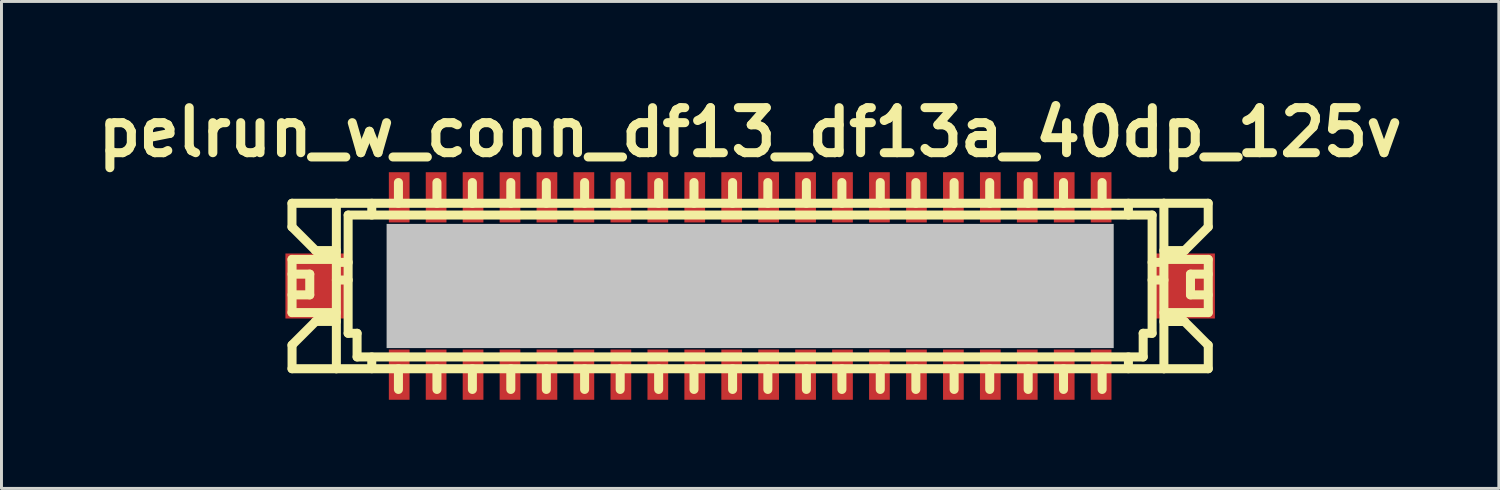
<source format=kicad_pcb>
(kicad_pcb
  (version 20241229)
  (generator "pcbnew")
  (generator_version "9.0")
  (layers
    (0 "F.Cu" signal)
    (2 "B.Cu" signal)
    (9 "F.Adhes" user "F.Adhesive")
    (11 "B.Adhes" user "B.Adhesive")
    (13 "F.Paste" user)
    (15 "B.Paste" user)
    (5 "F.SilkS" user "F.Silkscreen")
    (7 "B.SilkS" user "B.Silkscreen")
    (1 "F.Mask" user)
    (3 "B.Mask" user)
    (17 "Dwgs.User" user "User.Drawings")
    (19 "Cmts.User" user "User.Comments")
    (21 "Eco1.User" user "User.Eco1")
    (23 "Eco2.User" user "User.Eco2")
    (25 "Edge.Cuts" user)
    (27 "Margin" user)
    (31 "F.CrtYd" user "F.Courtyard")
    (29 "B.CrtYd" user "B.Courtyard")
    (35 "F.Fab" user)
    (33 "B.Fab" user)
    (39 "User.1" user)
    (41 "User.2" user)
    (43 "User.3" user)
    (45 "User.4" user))
  (footprint "pelrun_w_conn_df13_df13a_40dp_125v"
    (layer "F.Cu")
    (at 22.33 6.626)
    (property "Reference" "pelrun_w_conn_df13_df13a_40dp_125v" (at 0 -5.199 0) (layer "F.SilkS") (effects (font (size 1.524 1.524) (thickness 0.305))))
    (attr through_hole)
    (fp_line (start -15.502 -2.799) (end -15.502 -1.999) (stroke (width 0.305) (type solid)) (layer "F.SilkS"))
    (fp_line (start -15.502 -1.999) (end -14.702 -1.199) (stroke (width 0.305) (type solid)) (layer "F.SilkS"))
    (fp_line (start -15.502 -0.899) (end -14 -0.899) (stroke (width 0.305) (type solid)) (layer "F.SilkS"))
    (fp_line (start -15.502 0.899) (end -14 0.899) (stroke (width 0.305) (type solid)) (layer "F.SilkS"))
    (fp_line (start -15.502 2.799) (end -14 2.799) (stroke (width 0.305) (type solid)) (layer "F.SilkS"))
    (fp_line (start -15.499 -0.401) (end -14.9 -0.401) (stroke (width 0.305) (type solid)) (layer "F.SilkS"))
    (fp_line (start -15.499 0.899) (end -15.499 -0.899) (stroke (width 0.305) (type solid)) (layer "F.SilkS"))
    (fp_line (start -15.499 2.799) (end -15.499 1.999) (stroke (width 0.305) (type solid)) (layer "F.SilkS"))
    (fp_line (start -14.9 -0.401) (end -14.9 0.3) (stroke (width 0.305) (type solid)) (layer "F.SilkS"))
    (fp_line (start -14.9 0.3) (end -15.499 0.3) (stroke (width 0.305) (type solid)) (layer "F.SilkS"))
    (fp_line (start -14.702 -1.199) (end -14 -1.199) (stroke (width 0.305) (type solid)) (layer "F.SilkS"))
    (fp_line (start -14.702 1.199) (end -15.502 1.999) (stroke (width 0.305) (type solid)) (layer "F.SilkS"))
    (fp_line (start -14 -2.799) (end -15.502 -2.799) (stroke (width 0.305) (type solid)) (layer "F.SilkS"))
    (fp_line (start -14 -2.799) (end -14 2.799) (stroke (width 0.305) (type solid)) (layer "F.SilkS"))
    (fp_line (start -14 -0.8) (end -13.599 -0.8) (stroke (width 0.305) (type solid)) (layer "F.SilkS"))
    (fp_line (start -14 -0.201) (end -13.599 -0.201) (stroke (width 0.305) (type solid)) (layer "F.SilkS"))
    (fp_line (start -14 1.199) (end -14.702 1.199) (stroke (width 0.305) (type solid)) (layer "F.SilkS"))
    (fp_line (start -14 2.799) (end 14 2.799) (stroke (width 0.305) (type solid)) (layer "F.SilkS"))
    (fp_line (start -13.602 1.6) (end -13.602 -2.4) (stroke (width 0.305) (type solid)) (layer "F.SilkS"))
    (fp_line (start -13.599 -2.4) (end 13.599 -2.4) (stroke (width 0.305) (type solid)) (layer "F.SilkS"))
    (fp_line (start -13.299 1.6) (end -13.602 1.6) (stroke (width 0.305) (type solid)) (layer "F.SilkS"))
    (fp_line (start -13.299 2.4) (end -13.299 1.6) (stroke (width 0.305) (type solid)) (layer "F.SilkS"))
    (fp_line (start -12.802 -2.799) (end -12.802 -2.4) (stroke (width 0.305) (type solid)) (layer "F.SilkS"))
    (fp_line (start -12.802 2.4) (end -12.802 2.799) (stroke (width 0.305) (type solid)) (layer "F.SilkS"))
    (fp_line (start -12.002 -0.701) (end -12.002 -0.5) (stroke (width 0.305) (type solid)) (layer "F.SilkS"))
    (fp_line (start -12.002 -0.5) (end -11.801 -0.5) (stroke (width 0.305) (type solid)) (layer "F.SilkS"))
    (fp_line (start -12.002 0.498) (end -12.002 0.699) (stroke (width 0.305) (type solid)) (layer "F.SilkS"))
    (fp_line (start -12.002 0.699) (end -11.801 0.699) (stroke (width 0.305) (type solid)) (layer "F.SilkS"))
    (fp_line (start -11.9 -3.5) (end -11.9 -2.799) (stroke (width 0.305) (type solid)) (layer "F.SilkS"))
    (fp_line (start -11.9 2.799) (end -11.9 3.5) (stroke (width 0.305) (type solid)) (layer "F.SilkS"))
    (fp_line (start -11.801 -0.701) (end -12.002 -0.701) (stroke (width 0.305) (type solid)) (layer "F.SilkS"))
    (fp_line (start -11.801 -0.5) (end -11.801 -0.701) (stroke (width 0.305) (type solid)) (layer "F.SilkS"))
    (fp_line (start -11.801 0.498) (end -12.002 0.498) (stroke (width 0.305) (type solid)) (layer "F.SilkS"))
    (fp_line (start -11.801 0.699) (end -11.801 0.498) (stroke (width 0.305) (type solid)) (layer "F.SilkS"))
    (fp_line (start -10.698 -0.699) (end -10.5 -0.699) (stroke (width 0.305) (type solid)) (layer "F.SilkS"))
    (fp_line (start -10.698 -0.5) (end -10.698 -0.699) (stroke (width 0.305) (type solid)) (layer "F.SilkS"))
    (fp_line (start -10.698 0.5) (end -10.5 0.5) (stroke (width 0.305) (type solid)) (layer "F.SilkS"))
    (fp_line (start -10.698 0.699) (end -10.698 0.5) (stroke (width 0.305) (type solid)) (layer "F.SilkS"))
    (fp_line (start -10.597 -3.5) (end -10.597 -2.799) (stroke (width 0.305) (type solid)) (layer "F.SilkS"))
    (fp_line (start -10.597 2.799) (end -10.597 3.5) (stroke (width 0.305) (type solid)) (layer "F.SilkS"))
    (fp_line (start -10.5 -0.699) (end -10.5 -0.5) (stroke (width 0.305) (type solid)) (layer "F.SilkS"))
    (fp_line (start -10.5 -0.5) (end -10.698 -0.5) (stroke (width 0.305) (type solid)) (layer "F.SilkS"))
    (fp_line (start -10.5 0.5) (end -10.5 0.699) (stroke (width 0.305) (type solid)) (layer "F.SilkS"))
    (fp_line (start -10.5 0.699) (end -10.698 0.699) (stroke (width 0.305) (type solid)) (layer "F.SilkS"))
    (fp_line (start -9.502 -0.699) (end -9.304 -0.699) (stroke (width 0.305) (type solid)) (layer "F.SilkS"))
    (fp_line (start -9.502 -0.5) (end -9.502 -0.699) (stroke (width 0.305) (type solid)) (layer "F.SilkS"))
    (fp_line (start -9.502 0.5) (end -9.304 0.5) (stroke (width 0.305) (type solid)) (layer "F.SilkS"))
    (fp_line (start -9.502 0.699) (end -9.502 0.5) (stroke (width 0.305) (type solid)) (layer "F.SilkS"))
    (fp_line (start -9.398 -3.5) (end -9.398 -2.799) (stroke (width 0.305) (type solid)) (layer "F.SilkS"))
    (fp_line (start -9.398 2.799) (end -9.398 3.5) (stroke (width 0.305) (type solid)) (layer "F.SilkS"))
    (fp_line (start -9.304 -0.699) (end -9.304 -0.5) (stroke (width 0.305) (type solid)) (layer "F.SilkS"))
    (fp_line (start -9.304 -0.5) (end -9.502 -0.5) (stroke (width 0.305) (type solid)) (layer "F.SilkS"))
    (fp_line (start -9.304 0.5) (end -9.304 0.699) (stroke (width 0.305) (type solid)) (layer "F.SilkS"))
    (fp_line (start -9.304 0.699) (end -9.502 0.699) (stroke (width 0.305) (type solid)) (layer "F.SilkS"))
    (fp_line (start -8.199 -0.699) (end -8.001 -0.699) (stroke (width 0.305) (type solid)) (layer "F.SilkS"))
    (fp_line (start -8.199 -0.5) (end -8.199 -0.699) (stroke (width 0.305) (type solid)) (layer "F.SilkS"))
    (fp_line (start -8.199 0.5) (end -8.001 0.5) (stroke (width 0.305) (type solid)) (layer "F.SilkS"))
    (fp_line (start -8.199 0.699) (end -8.199 0.5) (stroke (width 0.305) (type solid)) (layer "F.SilkS"))
    (fp_line (start -8.098 -3.5) (end -8.098 -2.799) (stroke (width 0.305) (type solid)) (layer "F.SilkS"))
    (fp_line (start -8.098 2.799) (end -8.098 3.5) (stroke (width 0.305) (type solid)) (layer "F.SilkS"))
    (fp_line (start -8.001 -0.699) (end -8.001 -0.5) (stroke (width 0.305) (type solid)) (layer "F.SilkS"))
    (fp_line (start -8.001 -0.5) (end -8.199 -0.5) (stroke (width 0.305) (type solid)) (layer "F.SilkS"))
    (fp_line (start -8.001 0.5) (end -8.001 0.699) (stroke (width 0.305) (type solid)) (layer "F.SilkS"))
    (fp_line (start -8.001 0.699) (end -8.199 0.699) (stroke (width 0.305) (type solid)) (layer "F.SilkS"))
    (fp_line (start -6.998 -0.701) (end -6.797 -0.701) (stroke (width 0.305) (type solid)) (layer "F.SilkS"))
    (fp_line (start -6.998 -0.5) (end -6.998 -0.701) (stroke (width 0.305) (type solid)) (layer "F.SilkS"))
    (fp_line (start -6.998 0.498) (end -6.797 0.498) (stroke (width 0.305) (type solid)) (layer "F.SilkS"))
    (fp_line (start -6.998 0.699) (end -6.998 0.498) (stroke (width 0.305) (type solid)) (layer "F.SilkS"))
    (fp_line (start -6.896 -3.5) (end -6.896 -2.799) (stroke (width 0.305) (type solid)) (layer "F.SilkS"))
    (fp_line (start -6.896 2.799) (end -6.896 3.5) (stroke (width 0.305) (type solid)) (layer "F.SilkS"))
    (fp_line (start -6.797 -0.701) (end -6.797 -0.5) (stroke (width 0.305) (type solid)) (layer "F.SilkS"))
    (fp_line (start -6.797 -0.5) (end -6.998 -0.5) (stroke (width 0.305) (type solid)) (layer "F.SilkS"))
    (fp_line (start -6.797 0.498) (end -6.797 0.699) (stroke (width 0.305) (type solid)) (layer "F.SilkS"))
    (fp_line (start -6.797 0.699) (end -6.998 0.699) (stroke (width 0.305) (type solid)) (layer "F.SilkS"))
    (fp_line (start -5.702 -0.704) (end -5.702 -0.503) (stroke (width 0.305) (type solid)) (layer "F.SilkS"))
    (fp_line (start -5.702 -0.503) (end -5.502 -0.503) (stroke (width 0.305) (type solid)) (layer "F.SilkS"))
    (fp_line (start -5.702 0.495) (end -5.702 0.696) (stroke (width 0.305) (type solid)) (layer "F.SilkS"))
    (fp_line (start -5.702 0.696) (end -5.502 0.696) (stroke (width 0.305) (type solid)) (layer "F.SilkS"))
    (fp_line (start -5.601 -3.5) (end -5.601 -2.799) (stroke (width 0.305) (type solid)) (layer "F.SilkS"))
    (fp_line (start -5.601 2.799) (end -5.601 3.5) (stroke (width 0.305) (type solid)) (layer "F.SilkS"))
    (fp_line (start -5.502 -0.704) (end -5.702 -0.704) (stroke (width 0.305) (type solid)) (layer "F.SilkS"))
    (fp_line (start -5.502 -0.503) (end -5.502 -0.704) (stroke (width 0.305) (type solid)) (layer "F.SilkS"))
    (fp_line (start -5.502 0.495) (end -5.702 0.495) (stroke (width 0.305) (type solid)) (layer "F.SilkS"))
    (fp_line (start -5.502 0.696) (end -5.502 0.495) (stroke (width 0.305) (type solid)) (layer "F.SilkS"))
    (fp_line (start -4.501 -0.701) (end -4.303 -0.701) (stroke (width 0.305) (type solid)) (layer "F.SilkS"))
    (fp_line (start -4.501 -0.503) (end -4.501 -0.701) (stroke (width 0.305) (type solid)) (layer "F.SilkS"))
    (fp_line (start -4.501 0.498) (end -4.303 0.498) (stroke (width 0.305) (type solid)) (layer "F.SilkS"))
    (fp_line (start -4.501 0.696) (end -4.501 0.498) (stroke (width 0.305) (type solid)) (layer "F.SilkS"))
    (fp_line (start -4.397 -3.5) (end -4.397 -2.799) (stroke (width 0.305) (type solid)) (layer "F.SilkS"))
    (fp_line (start -4.397 2.799) (end -4.397 3.5) (stroke (width 0.305) (type solid)) (layer "F.SilkS"))
    (fp_line (start -4.303 -0.701) (end -4.303 -0.503) (stroke (width 0.305) (type solid)) (layer "F.SilkS"))
    (fp_line (start -4.303 -0.503) (end -4.501 -0.503) (stroke (width 0.305) (type solid)) (layer "F.SilkS"))
    (fp_line (start -4.303 0.498) (end -4.303 0.696) (stroke (width 0.305) (type solid)) (layer "F.SilkS"))
    (fp_line (start -4.303 0.696) (end -4.501 0.696) (stroke (width 0.305) (type solid)) (layer "F.SilkS"))
    (fp_line (start -3.203 -0.701) (end -3.005 -0.701) (stroke (width 0.305) (type solid)) (layer "F.SilkS"))
    (fp_line (start -3.203 -0.503) (end -3.203 -0.701) (stroke (width 0.305) (type solid)) (layer "F.SilkS"))
    (fp_line (start -3.203 0.498) (end -3.005 0.498) (stroke (width 0.305) (type solid)) (layer "F.SilkS"))
    (fp_line (start -3.203 0.696) (end -3.203 0.498) (stroke (width 0.305) (type solid)) (layer "F.SilkS"))
    (fp_line (start -3.096 -3.5) (end -3.096 -2.799) (stroke (width 0.305) (type solid)) (layer "F.SilkS"))
    (fp_line (start -3.096 2.799) (end -3.096 3.5) (stroke (width 0.305) (type solid)) (layer "F.SilkS"))
    (fp_line (start -3.005 -0.701) (end -3.005 -0.503) (stroke (width 0.305) (type solid)) (layer "F.SilkS"))
    (fp_line (start -3.005 -0.503) (end -3.203 -0.503) (stroke (width 0.305) (type solid)) (layer "F.SilkS"))
    (fp_line (start -3.005 0.498) (end -3.005 0.696) (stroke (width 0.305) (type solid)) (layer "F.SilkS"))
    (fp_line (start -3.005 0.696) (end -3.203 0.696) (stroke (width 0.305) (type solid)) (layer "F.SilkS"))
    (fp_line (start -2.002 -0.701) (end -1.803 -0.701) (stroke (width 0.305) (type solid)) (layer "F.SilkS"))
    (fp_line (start -2.002 -0.503) (end -2.002 -0.701) (stroke (width 0.305) (type solid)) (layer "F.SilkS"))
    (fp_line (start -2.002 0.498) (end -1.803 0.498) (stroke (width 0.305) (type solid)) (layer "F.SilkS"))
    (fp_line (start -2.002 0.696) (end -2.002 0.498) (stroke (width 0.305) (type solid)) (layer "F.SilkS"))
    (fp_line (start -1.9 -3.5) (end -1.9 -2.799) (stroke (width 0.305) (type solid)) (layer "F.SilkS"))
    (fp_line (start -1.9 2.799) (end -1.9 3.5) (stroke (width 0.305) (type solid)) (layer "F.SilkS"))
    (fp_line (start -1.803 -0.701) (end -1.803 -0.503) (stroke (width 0.305) (type solid)) (layer "F.SilkS"))
    (fp_line (start -1.803 -0.503) (end -2.002 -0.503) (stroke (width 0.305) (type solid)) (layer "F.SilkS"))
    (fp_line (start -1.803 0.498) (end -1.803 0.696) (stroke (width 0.305) (type solid)) (layer "F.SilkS"))
    (fp_line (start -1.803 0.696) (end -2.002 0.696) (stroke (width 0.305) (type solid)) (layer "F.SilkS"))
    (fp_line (start -0.699 -0.704) (end -0.498 -0.704) (stroke (width 0.305) (type solid)) (layer "F.SilkS"))
    (fp_line (start -0.699 -0.503) (end -0.699 -0.704) (stroke (width 0.305) (type solid)) (layer "F.SilkS"))
    (fp_line (start -0.699 0.495) (end -0.498 0.495) (stroke (width 0.305) (type solid)) (layer "F.SilkS"))
    (fp_line (start -0.699 0.696) (end -0.699 0.495) (stroke (width 0.305) (type solid)) (layer "F.SilkS"))
    (fp_line (start -0.594 -3.5) (end -0.594 -2.799) (stroke (width 0.305) (type solid)) (layer "F.SilkS"))
    (fp_line (start -0.594 2.799) (end -0.594 3.5) (stroke (width 0.305) (type solid)) (layer "F.SilkS"))
    (fp_line (start -0.498 -0.704) (end -0.498 -0.503) (stroke (width 0.305) (type solid)) (layer "F.SilkS"))
    (fp_line (start -0.498 -0.503) (end -0.699 -0.503) (stroke (width 0.305) (type solid)) (layer "F.SilkS"))
    (fp_line (start -0.498 0.495) (end -0.498 0.696) (stroke (width 0.305) (type solid)) (layer "F.SilkS"))
    (fp_line (start -0.498 0.696) (end -0.699 0.696) (stroke (width 0.305) (type solid)) (layer "F.SilkS"))
    (fp_line (start 0.498 -0.704) (end 0.498 -0.503) (stroke (width 0.305) (type solid)) (layer "F.SilkS"))
    (fp_line (start 0.498 -0.503) (end 0.699 -0.503) (stroke (width 0.305) (type solid)) (layer "F.SilkS"))
    (fp_line (start 0.498 0.495) (end 0.498 0.696) (stroke (width 0.305) (type solid)) (layer "F.SilkS"))
    (fp_line (start 0.498 0.696) (end 0.699 0.696) (stroke (width 0.305) (type solid)) (layer "F.SilkS"))
    (fp_line (start 0.599 -3.5) (end 0.599 -2.799) (stroke (width 0.305) (type solid)) (layer "F.SilkS"))
    (fp_line (start 0.599 2.799) (end 0.599 3.5) (stroke (width 0.305) (type solid)) (layer "F.SilkS"))
    (fp_line (start 0.699 -0.704) (end 0.498 -0.704) (stroke (width 0.305) (type solid)) (layer "F.SilkS"))
    (fp_line (start 0.699 -0.503) (end 0.699 -0.704) (stroke (width 0.305) (type solid)) (layer "F.SilkS"))
    (fp_line (start 0.699 0.495) (end 0.498 0.495) (stroke (width 0.305) (type solid)) (layer "F.SilkS"))
    (fp_line (start 0.699 0.696) (end 0.699 0.495) (stroke (width 0.305) (type solid)) (layer "F.SilkS"))
    (fp_line (start 1.798 -0.701) (end 1.996 -0.701) (stroke (width 0.305) (type solid)) (layer "F.SilkS"))
    (fp_line (start 1.798 -0.503) (end 1.798 -0.701) (stroke (width 0.305) (type solid)) (layer "F.SilkS"))
    (fp_line (start 1.798 0.498) (end 1.996 0.498) (stroke (width 0.305) (type solid)) (layer "F.SilkS"))
    (fp_line (start 1.798 0.696) (end 1.798 0.498) (stroke (width 0.305) (type solid)) (layer "F.SilkS"))
    (fp_line (start 1.902 -3.5) (end 1.902 -2.799) (stroke (width 0.305) (type solid)) (layer "F.SilkS"))
    (fp_line (start 1.902 2.799) (end 1.902 3.5) (stroke (width 0.305) (type solid)) (layer "F.SilkS"))
    (fp_line (start 1.996 -0.701) (end 1.996 -0.503) (stroke (width 0.305) (type solid)) (layer "F.SilkS"))
    (fp_line (start 1.996 -0.503) (end 1.798 -0.503) (stroke (width 0.305) (type solid)) (layer "F.SilkS"))
    (fp_line (start 1.996 0.498) (end 1.996 0.696) (stroke (width 0.305) (type solid)) (layer "F.SilkS"))
    (fp_line (start 1.996 0.696) (end 1.798 0.696) (stroke (width 0.305) (type solid)) (layer "F.SilkS"))
    (fp_line (start 2.997 -0.701) (end 3.195 -0.701) (stroke (width 0.305) (type solid)) (layer "F.SilkS"))
    (fp_line (start 2.997 -0.503) (end 2.997 -0.701) (stroke (width 0.305) (type solid)) (layer "F.SilkS"))
    (fp_line (start 2.997 0.498) (end 3.195 0.498) (stroke (width 0.305) (type solid)) (layer "F.SilkS"))
    (fp_line (start 2.997 0.696) (end 2.997 0.498) (stroke (width 0.305) (type solid)) (layer "F.SilkS"))
    (fp_line (start 3.104 -3.5) (end 3.104 -2.799) (stroke (width 0.305) (type solid)) (layer "F.SilkS"))
    (fp_line (start 3.104 2.799) (end 3.104 3.5) (stroke (width 0.305) (type solid)) (layer "F.SilkS"))
    (fp_line (start 3.195 -0.701) (end 3.195 -0.503) (stroke (width 0.305) (type solid)) (layer "F.SilkS"))
    (fp_line (start 3.195 -0.503) (end 2.997 -0.503) (stroke (width 0.305) (type solid)) (layer "F.SilkS"))
    (fp_line (start 3.195 0.498) (end 3.195 0.696) (stroke (width 0.305) (type solid)) (layer "F.SilkS"))
    (fp_line (start 3.195 0.696) (end 2.997 0.696) (stroke (width 0.305) (type solid)) (layer "F.SilkS"))
    (fp_line (start 4.295 -0.701) (end 4.493 -0.701) (stroke (width 0.305) (type solid)) (layer "F.SilkS"))
    (fp_line (start 4.295 -0.503) (end 4.295 -0.701) (stroke (width 0.305) (type solid)) (layer "F.SilkS"))
    (fp_line (start 4.295 0.498) (end 4.493 0.498) (stroke (width 0.305) (type solid)) (layer "F.SilkS"))
    (fp_line (start 4.295 0.696) (end 4.295 0.498) (stroke (width 0.305) (type solid)) (layer "F.SilkS"))
    (fp_line (start 4.402 -3.5) (end 4.402 -2.799) (stroke (width 0.305) (type solid)) (layer "F.SilkS"))
    (fp_line (start 4.402 2.799) (end 4.402 3.5) (stroke (width 0.305) (type solid)) (layer "F.SilkS"))
    (fp_line (start 4.493 -0.701) (end 4.493 -0.503) (stroke (width 0.305) (type solid)) (layer "F.SilkS"))
    (fp_line (start 4.493 -0.503) (end 4.295 -0.503) (stroke (width 0.305) (type solid)) (layer "F.SilkS"))
    (fp_line (start 4.493 0.498) (end 4.493 0.696) (stroke (width 0.305) (type solid)) (layer "F.SilkS"))
    (fp_line (start 4.493 0.696) (end 4.295 0.696) (stroke (width 0.305) (type solid)) (layer "F.SilkS"))
    (fp_line (start 5.499 -0.704) (end 5.7 -0.704) (stroke (width 0.305) (type solid)) (layer "F.SilkS"))
    (fp_line (start 5.499 -0.503) (end 5.499 -0.704) (stroke (width 0.305) (type solid)) (layer "F.SilkS"))
    (fp_line (start 5.499 0.495) (end 5.7 0.495) (stroke (width 0.305) (type solid)) (layer "F.SilkS"))
    (fp_line (start 5.499 0.696) (end 5.499 0.495) (stroke (width 0.305) (type solid)) (layer "F.SilkS"))
    (fp_line (start 5.606 -3.5) (end 5.606 -2.799) (stroke (width 0.305) (type solid)) (layer "F.SilkS"))
    (fp_line (start 5.606 2.799) (end 5.606 3.5) (stroke (width 0.305) (type solid)) (layer "F.SilkS"))
    (fp_line (start 5.7 -0.704) (end 5.7 -0.503) (stroke (width 0.305) (type solid)) (layer "F.SilkS"))
    (fp_line (start 5.7 -0.503) (end 5.499 -0.503) (stroke (width 0.305) (type solid)) (layer "F.SilkS"))
    (fp_line (start 5.7 0.495) (end 5.7 0.696) (stroke (width 0.305) (type solid)) (layer "F.SilkS"))
    (fp_line (start 5.7 0.696) (end 5.499 0.696) (stroke (width 0.305) (type solid)) (layer "F.SilkS"))
    (fp_line (start 6.797 -0.704) (end 6.797 -0.503) (stroke (width 0.305) (type solid)) (layer "F.SilkS"))
    (fp_line (start 6.797 -0.503) (end 6.998 -0.503) (stroke (width 0.305) (type solid)) (layer "F.SilkS"))
    (fp_line (start 6.797 0.495) (end 6.797 0.696) (stroke (width 0.305) (type solid)) (layer "F.SilkS"))
    (fp_line (start 6.797 0.696) (end 6.998 0.696) (stroke (width 0.305) (type solid)) (layer "F.SilkS"))
    (fp_line (start 6.901 -3.5) (end 6.901 -2.799) (stroke (width 0.305) (type solid)) (layer "F.SilkS"))
    (fp_line (start 6.901 2.799) (end 6.901 3.5) (stroke (width 0.305) (type solid)) (layer "F.SilkS"))
    (fp_line (start 6.998 -0.704) (end 6.797 -0.704) (stroke (width 0.305) (type solid)) (layer "F.SilkS"))
    (fp_line (start 6.998 -0.503) (end 6.998 -0.704) (stroke (width 0.305) (type solid)) (layer "F.SilkS"))
    (fp_line (start 6.998 0.495) (end 6.797 0.495) (stroke (width 0.305) (type solid)) (layer "F.SilkS"))
    (fp_line (start 6.998 0.696) (end 6.998 0.495) (stroke (width 0.305) (type solid)) (layer "F.SilkS"))
    (fp_line (start 7.998 -0.701) (end 8.197 -0.701) (stroke (width 0.305) (type solid)) (layer "F.SilkS"))
    (fp_line (start 7.998 -0.503) (end 7.998 -0.701) (stroke (width 0.305) (type solid)) (layer "F.SilkS"))
    (fp_line (start 7.998 0.498) (end 8.197 0.498) (stroke (width 0.305) (type solid)) (layer "F.SilkS"))
    (fp_line (start 7.998 0.696) (end 7.998 0.498) (stroke (width 0.305) (type solid)) (layer "F.SilkS"))
    (fp_line (start 8.105 -3.5) (end 8.105 -2.799) (stroke (width 0.305) (type solid)) (layer "F.SilkS"))
    (fp_line (start 8.105 2.799) (end 8.105 3.5) (stroke (width 0.305) (type solid)) (layer "F.SilkS"))
    (fp_line (start 8.197 -0.701) (end 8.197 -0.503) (stroke (width 0.305) (type solid)) (layer "F.SilkS"))
    (fp_line (start 8.197 -0.503) (end 7.998 -0.503) (stroke (width 0.305) (type solid)) (layer "F.SilkS"))
    (fp_line (start 8.197 0.498) (end 8.197 0.696) (stroke (width 0.305) (type solid)) (layer "F.SilkS"))
    (fp_line (start 8.197 0.696) (end 7.998 0.696) (stroke (width 0.305) (type solid)) (layer "F.SilkS"))
    (fp_line (start 9.296 -0.701) (end 9.495 -0.701) (stroke (width 0.305) (type solid)) (layer "F.SilkS"))
    (fp_line (start 9.296 -0.503) (end 9.296 -0.701) (stroke (width 0.305) (type solid)) (layer "F.SilkS"))
    (fp_line (start 9.296 0.498) (end 9.495 0.498) (stroke (width 0.305) (type solid)) (layer "F.SilkS"))
    (fp_line (start 9.296 0.696) (end 9.296 0.498) (stroke (width 0.305) (type solid)) (layer "F.SilkS"))
    (fp_line (start 9.406 -3.5) (end 9.406 -2.799) (stroke (width 0.305) (type solid)) (layer "F.SilkS"))
    (fp_line (start 9.406 2.799) (end 9.406 3.5) (stroke (width 0.305) (type solid)) (layer "F.SilkS"))
    (fp_line (start 9.495 -0.701) (end 9.495 -0.503) (stroke (width 0.305) (type solid)) (layer "F.SilkS"))
    (fp_line (start 9.495 -0.503) (end 9.296 -0.503) (stroke (width 0.305) (type solid)) (layer "F.SilkS"))
    (fp_line (start 9.495 0.498) (end 9.495 0.696) (stroke (width 0.305) (type solid)) (layer "F.SilkS"))
    (fp_line (start 9.495 0.696) (end 9.296 0.696) (stroke (width 0.305) (type solid)) (layer "F.SilkS"))
    (fp_line (start 10.493 -0.701) (end 10.691 -0.701) (stroke (width 0.305) (type solid)) (layer "F.SilkS"))
    (fp_line (start 10.493 -0.503) (end 10.493 -0.701) (stroke (width 0.305) (type solid)) (layer "F.SilkS"))
    (fp_line (start 10.493 0.498) (end 10.691 0.498) (stroke (width 0.305) (type solid)) (layer "F.SilkS"))
    (fp_line (start 10.493 0.696) (end 10.493 0.498) (stroke (width 0.305) (type solid)) (layer "F.SilkS"))
    (fp_line (start 10.602 -3.5) (end 10.602 -2.799) (stroke (width 0.305) (type solid)) (layer "F.SilkS"))
    (fp_line (start 10.602 2.799) (end 10.602 3.5) (stroke (width 0.305) (type solid)) (layer "F.SilkS"))
    (fp_line (start 10.691 -0.701) (end 10.691 -0.503) (stroke (width 0.305) (type solid)) (layer "F.SilkS"))
    (fp_line (start 10.691 -0.503) (end 10.493 -0.503) (stroke (width 0.305) (type solid)) (layer "F.SilkS"))
    (fp_line (start 10.691 0.498) (end 10.691 0.696) (stroke (width 0.305) (type solid)) (layer "F.SilkS"))
    (fp_line (start 10.691 0.696) (end 10.493 0.696) (stroke (width 0.305) (type solid)) (layer "F.SilkS"))
    (fp_line (start 11.798 -0.704) (end 11.999 -0.704) (stroke (width 0.305) (type solid)) (layer "F.SilkS"))
    (fp_line (start 11.798 -0.503) (end 11.798 -0.704) (stroke (width 0.305) (type solid)) (layer "F.SilkS"))
    (fp_line (start 11.798 0.495) (end 11.999 0.495) (stroke (width 0.305) (type solid)) (layer "F.SilkS"))
    (fp_line (start 11.798 0.696) (end 11.798 0.495) (stroke (width 0.305) (type solid)) (layer "F.SilkS"))
    (fp_line (start 11.908 -3.5) (end 11.908 -2.799) (stroke (width 0.305) (type solid)) (layer "F.SilkS"))
    (fp_line (start 11.908 2.799) (end 11.908 3.5) (stroke (width 0.305) (type solid)) (layer "F.SilkS"))
    (fp_line (start 11.999 -0.704) (end 11.999 -0.503) (stroke (width 0.305) (type solid)) (layer "F.SilkS"))
    (fp_line (start 11.999 -0.503) (end 11.798 -0.503) (stroke (width 0.305) (type solid)) (layer "F.SilkS"))
    (fp_line (start 11.999 0.495) (end 11.999 0.696) (stroke (width 0.305) (type solid)) (layer "F.SilkS"))
    (fp_line (start 11.999 0.696) (end 11.798 0.696) (stroke (width 0.305) (type solid)) (layer "F.SilkS"))
    (fp_line (start 12.797 -2.799) (end 12.797 -2.4) (stroke (width 0.305) (type solid)) (layer "F.SilkS"))
    (fp_line (start 12.797 2.4) (end 12.797 2.799) (stroke (width 0.305) (type solid)) (layer "F.SilkS"))
    (fp_line (start 13.297 1.6) (end 13.297 2.4) (stroke (width 0.305) (type solid)) (layer "F.SilkS"))
    (fp_line (start 13.299 2.4) (end -13.299 2.4) (stroke (width 0.305) (type solid)) (layer "F.SilkS"))
    (fp_line (start 13.599 -2.4) (end 13.599 1.6) (stroke (width 0.305) (type solid)) (layer "F.SilkS"))
    (fp_line (start 13.599 -0.201) (end 14 -0.201) (stroke (width 0.305) (type solid)) (layer "F.SilkS"))
    (fp_line (start 13.599 1.6) (end 13.297 1.6) (stroke (width 0.305) (type solid)) (layer "F.SilkS"))
    (fp_line (start 13.995 -1.199) (end 14.696 -1.199) (stroke (width 0.305) (type solid)) (layer "F.SilkS"))
    (fp_line (start 13.995 1.201) (end 14.696 1.201) (stroke (width 0.305) (type solid)) (layer "F.SilkS"))
    (fp_line (start 13.998 2.799) (end 13.998 -2.799) (stroke (width 0.305) (type solid)) (layer "F.SilkS"))
    (fp_line (start 13.998 2.799) (end 15.499 2.799) (stroke (width 0.305) (type solid)) (layer "F.SilkS"))
    (fp_line (start 14 -2.799) (end -14 -2.799) (stroke (width 0.305) (type solid)) (layer "F.SilkS"))
    (fp_line (start 14 -0.8) (end 13.599 -0.8) (stroke (width 0.305) (type solid)) (layer "F.SilkS"))
    (fp_line (start 14.694 1.201) (end 15.494 2.002) (stroke (width 0.305) (type solid)) (layer "F.SilkS"))
    (fp_line (start 14.699 -1.199) (end 15.499 -1.999) (stroke (width 0.305) (type solid)) (layer "F.SilkS"))
    (fp_line (start 14.897 -0.401) (end 14.897 0.3) (stroke (width 0.305) (type solid)) (layer "F.SilkS"))
    (fp_line (start 14.9 -0.401) (end 15.499 -0.401) (stroke (width 0.305) (type solid)) (layer "F.SilkS"))
    (fp_line (start 14.9 0.3) (end 15.499 0.3) (stroke (width 0.305) (type solid)) (layer "F.SilkS"))
    (fp_line (start 15.497 -2.799) (end 13.995 -2.799) (stroke (width 0.305) (type solid)) (layer "F.SilkS"))
    (fp_line (start 15.497 -2.799) (end 15.497 -1.999) (stroke (width 0.305) (type solid)) (layer "F.SilkS"))
    (fp_line (start 15.497 -0.899) (end 13.998 -0.899) (stroke (width 0.305) (type solid)) (layer "F.SilkS"))
    (fp_line (start 15.497 0.899) (end 13.998 0.899) (stroke (width 0.305) (type solid)) (layer "F.SilkS"))
    (fp_line (start 15.499 -0.899) (end 15.499 0.899) (stroke (width 0.305) (type solid)) (layer "F.SilkS"))
    (fp_line (start 15.499 2.799) (end 15.499 1.999) (stroke (width 0.305) (type solid)) (layer "F.SilkS"))
    (pad "" smd rect (at -14.724 0) (size 1.999 2.2) (layers "F.Cu" "F.Mask" "F.Paste"))
    (pad "" smd rect (at 0 0) (size 24.6 4.201) (layers "Dwgs.User"))
    (pad "" smd rect (at 14.724 0) (size 1.999 2.2) (layers "F.Cu" "F.Mask" "F.Paste"))
    (pad "1" smd rect (at -11.874 -3) (size 0.701 1.699) (layers "F.Cu" "F.Mask" "F.Paste"))
    (pad "2" smd rect (at -11.874 3) (size 0.701 1.699) (layers "F.Cu" "F.Mask" "F.Paste"))
    (pad "3" smd rect (at -10.625 -3) (size 0.701 1.699) (layers "F.Cu" "F.Mask" "F.Paste"))
    (pad "4" smd rect (at -10.625 3) (size 0.701 1.699) (layers "F.Cu" "F.Mask" "F.Paste"))
    (pad "5" smd rect (at -9.375 -3) (size 0.701 1.699) (layers "F.Cu" "F.Mask" "F.Paste"))
    (pad "6" smd rect (at -9.375 3) (size 0.701 1.699) (layers "F.Cu" "F.Mask" "F.Paste"))
    (pad "7" smd rect (at -8.125 -3) (size 0.701 1.699) (layers "F.Cu" "F.Mask" "F.Paste"))
    (pad "8" smd rect (at -8.125 3) (size 0.701 1.699) (layers "F.Cu" "F.Mask" "F.Paste"))
    (pad "9" smd rect (at -6.876 -3) (size 0.701 1.699) (layers "F.Cu" "F.Mask" "F.Paste"))
    (pad "10" smd rect (at -6.876 3) (size 0.701 1.699) (layers "F.Cu" "F.Mask" "F.Paste"))
    (pad "11" smd rect (at -5.626 -3) (size 0.701 1.699) (layers "F.Cu" "F.Mask" "F.Paste"))
    (pad "12" smd rect (at -5.626 3) (size 0.701 1.699) (layers "F.Cu" "F.Mask" "F.Paste"))
    (pad "13" smd rect (at -4.374 -3) (size 0.701 1.699) (layers "F.Cu" "F.Mask" "F.Paste"))
    (pad "14" smd rect (at -4.374 3) (size 0.701 1.699) (layers "F.Cu" "F.Mask" "F.Paste"))
    (pad "15" smd rect (at -3.124 -3) (size 0.701 1.699) (layers "F.Cu" "F.Mask" "F.Paste"))
    (pad "16" smd rect (at -3.124 3) (size 0.701 1.699) (layers "F.Cu" "F.Mask" "F.Paste"))
    (pad "17" smd rect (at -1.875 -3) (size 0.701 1.699) (layers "F.Cu" "F.Mask" "F.Paste"))
    (pad "18" smd rect (at -1.875 3) (size 0.701 1.699) (layers "F.Cu" "F.Mask" "F.Paste"))
    (pad "19" smd rect (at -0.625 -3) (size 0.701 1.699) (layers "F.Cu" "F.Mask" "F.Paste"))
    (pad "20" smd rect (at -0.625 3) (size 0.701 1.699) (layers "F.Cu" "F.Mask" "F.Paste"))
    (pad "21" smd rect (at 0.625 -3) (size 0.701 1.699) (layers "F.Cu" "F.Mask" "F.Paste"))
    (pad "22" smd rect (at 0.625 3) (size 0.701 1.699) (layers "F.Cu" "F.Mask" "F.Paste"))
    (pad "23" smd rect (at 1.875 -3) (size 0.701 1.699) (layers "F.Cu" "F.Mask" "F.Paste"))
    (pad "24" smd rect (at 1.875 3) (size 0.701 1.699) (layers "F.Cu" "F.Mask" "F.Paste"))
    (pad "25" smd rect (at 3.124 -3) (size 0.701 1.699) (layers "F.Cu" "F.Mask" "F.Paste"))
    (pad "26" smd rect (at 3.124 3) (size 0.701 1.699) (layers "F.Cu" "F.Mask" "F.Paste"))
    (pad "27" smd rect (at 4.374 -3) (size 0.701 1.699) (layers "F.Cu" "F.Mask" "F.Paste"))
    (pad "28" smd rect (at 4.374 3) (size 0.701 1.699) (layers "F.Cu" "F.Mask" "F.Paste"))
    (pad "29" smd rect (at 5.626 -3) (size 0.701 1.699) (layers "F.Cu" "F.Mask" "F.Paste"))
    (pad "30" smd rect (at 5.626 3) (size 0.701 1.699) (layers "F.Cu" "F.Mask" "F.Paste"))
    (pad "31" smd rect (at 6.876 -3) (size 0.701 1.699) (layers "F.Cu" "F.Mask" "F.Paste"))
    (pad "32" smd rect (at 6.876 3) (size 0.701 1.699) (layers "F.Cu" "F.Mask" "F.Paste"))
    (pad "33" smd rect (at 8.125 -3) (size 0.701 1.699) (layers "F.Cu" "F.Mask" "F.Paste"))
    (pad "34" smd rect (at 8.125 3) (size 0.701 1.699) (layers "F.Cu" "F.Mask" "F.Paste"))
    (pad "35" smd rect (at 9.375 -3) (size 0.701 1.699) (layers "F.Cu" "F.Mask" "F.Paste"))
    (pad "36" smd rect (at 9.375 3) (size 0.701 1.699) (layers "F.Cu" "F.Mask" "F.Paste"))
    (pad "37" smd rect (at 10.625 -3) (size 0.701 1.699) (layers "F.Cu" "F.Mask" "F.Paste"))
    (pad "38" smd rect (at 10.625 3) (size 0.701 1.699) (layers "F.Cu" "F.Mask" "F.Paste"))
    (pad "39" smd rect (at 11.874 -3) (size 0.701 1.699) (layers "F.Cu" "F.Mask" "F.Paste"))
    (pad "40" smd rect (at 11.874 3) (size 0.701 1.699) (layers "F.Cu" "F.Mask" "F.Paste")))
  (gr_rect
    (start -3 -3)
    (end 47.66 13.475)
    (stroke (width 0.1) (type default))
    (fill no)
    (layer "Edge.Cuts")))
</source>
